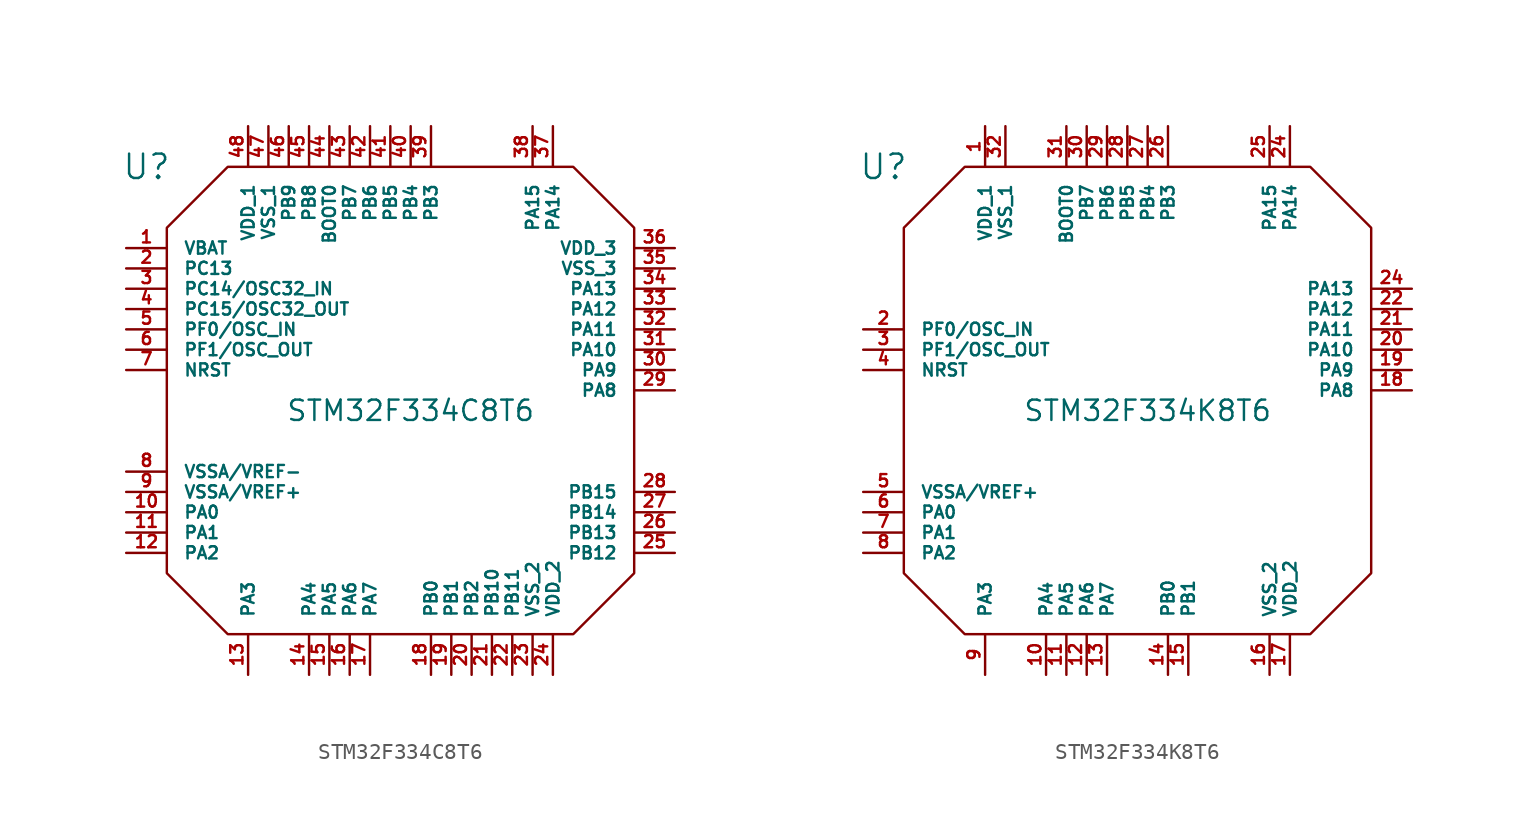
<source format=kicad_sym>
(kicad_symbol_lib
  (version 20220914)
  (generator kicad_symbol_editor)
  (symbol "STM32F334C8T6"
    (pin_names
      (offset 1.016))
    (property "Reference" "U"
      (at -16.51 15.24 0)
      (effects (font (size 1.524 1.524))))
    (property "Value" "STM32F334C8T6"
      (at 0 0 0)
      (effects (font (size 1.27 1.27))))
    (property "Footprint" ""
      (at 0 0 0)
      (effects (font (size 1.524 1.524))))
    (property "Datasheet" ""
      (at 0 0 0)
      (effects (font (size 1.524 1.524))))
    (symbol "STM32F334C8T6_0_1"
      (polyline (pts (xy -11.43 15.24) (xy -15.24 11.43) (xy -15.24 -10.16) (xy -11.43 -13.97) (xy 10.16 -13.97) (xy 13.97 -10.16) (xy 13.97 11.43) (xy 10.16 15.24) (xy -11.43 15.24)) (stroke (width 0) (type solid)) (fill (type none))))
    (symbol "STM32F334C8T6_1_1"
      (pin input line (at -17.78 10.16 0) (length 2.54) (name "VBAT" (effects (font (size 0.762 0.762)))) (number "1" (effects (font (size 0.762 0.762)))))
      (pin input line (at -17.78 -6.35 0) (length 2.54) (name "PA0" (effects (font (size 0.762 0.762)))) (number "10" (effects (font (size 0.762 0.762)))))
      (pin input line (at -17.78 -7.62 0) (length 2.54) (name "PA1" (effects (font (size 0.762 0.762)))) (number "11" (effects (font (size 0.762 0.762)))))
      (pin input line (at -17.78 -8.89 0) (length 2.54) (name "PA2" (effects (font (size 0.762 0.762)))) (number "12" (effects (font (size 0.762 0.762)))))
      (pin input line (at -10.16 -16.51 90) (length 2.54) (name "PA3" (effects (font (size 0.762 0.762)))) (number "13" (effects (font (size 0.762 0.762)))))
      (pin input line (at -6.35 -16.51 90) (length 2.54) (name "PA4" (effects (font (size 0.762 0.762)))) (number "14" (effects (font (size 0.762 0.762)))))
      (pin input line (at -5.08 -16.51 90) (length 2.54) (name "PA5" (effects (font (size 0.762 0.762)))) (number "15" (effects (font (size 0.762 0.762)))))
      (pin input line (at -3.81 -16.51 90) (length 2.54) (name "PA6" (effects (font (size 0.762 0.762)))) (number "16" (effects (font (size 0.762 0.762)))))
      (pin input line (at -2.54 -16.51 90) (length 2.54) (name "PA7" (effects (font (size 0.762 0.762)))) (number "17" (effects (font (size 0.762 0.762)))))
      (pin input line (at 1.27 -16.51 90) (length 2.54) (name "PB0" (effects (font (size 0.762 0.762)))) (number "18" (effects (font (size 0.762 0.762)))))
      (pin input line (at 2.54 -16.51 90) (length 2.54) (name "PB1" (effects (font (size 0.762 0.762)))) (number "19" (effects (font (size 0.762 0.762)))))
      (pin input line (at -17.78 8.89 0) (length 2.54) (name "PC13" (effects (font (size 0.762 0.762)))) (number "2" (effects (font (size 0.762 0.762)))))
      (pin input line (at 3.81 -16.51 90) (length 2.54) (name "PB2" (effects (font (size 0.762 0.762)))) (number "20" (effects (font (size 0.762 0.762)))))
      (pin input line (at 5.08 -16.51 90) (length 2.54) (name "PB10" (effects (font (size 0.762 0.762)))) (number "21" (effects (font (size 0.762 0.762)))))
      (pin input line (at 6.35 -16.51 90) (length 2.54) (name "PB11" (effects (font (size 0.762 0.762)))) (number "22" (effects (font (size 0.762 0.762)))))
      (pin input line (at 7.62 -16.51 90) (length 2.54) (name "VSS_2" (effects (font (size 0.762 0.762)))) (number "23" (effects (font (size 0.762 0.762)))))
      (pin input line (at 8.89 -16.51 90) (length 2.54) (name "VDD_2" (effects (font (size 0.762 0.762)))) (number "24" (effects (font (size 0.762 0.762)))))
      (pin input line (at 16.51 -8.89 180) (length 2.54) (name "PB12" (effects (font (size 0.762 0.762)))) (number "25" (effects (font (size 0.762 0.762)))))
      (pin input line (at 16.51 -7.62 180) (length 2.54) (name "PB13" (effects (font (size 0.762 0.762)))) (number "26" (effects (font (size 0.762 0.762)))))
      (pin input line (at 16.51 -6.35 180) (length 2.54) (name "PB14" (effects (font (size 0.762 0.762)))) (number "27" (effects (font (size 0.762 0.762)))))
      (pin input line (at 16.51 -5.08 180) (length 2.54) (name "PB15" (effects (font (size 0.762 0.762)))) (number "28" (effects (font (size 0.762 0.762)))))
      (pin input line (at 16.51 1.27 180) (length 2.54) (name "PA8" (effects (font (size 0.762 0.762)))) (number "29" (effects (font (size 0.762 0.762)))))
      (pin input line (at -17.78 7.62 0) (length 2.54) (name "PC14/OSC32_IN" (effects (font (size 0.762 0.762)))) (number "3" (effects (font (size 0.762 0.762)))))
      (pin input line (at 16.51 2.54 180) (length 2.54) (name "PA9" (effects (font (size 0.762 0.762)))) (number "30" (effects (font (size 0.762 0.762)))))
      (pin input line (at 16.51 3.81 180) (length 2.54) (name "PA10" (effects (font (size 0.762 0.762)))) (number "31" (effects (font (size 0.762 0.762)))))
      (pin input line (at 16.51 5.08 180) (length 2.54) (name "PA11" (effects (font (size 0.762 0.762)))) (number "32" (effects (font (size 0.762 0.762)))))
      (pin input line (at 16.51 6.35 180) (length 2.54) (name "PA12" (effects (font (size 0.762 0.762)))) (number "33" (effects (font (size 0.762 0.762)))))
      (pin input line (at 16.51 7.62 180) (length 2.54) (name "PA13" (effects (font (size 0.762 0.762)))) (number "34" (effects (font (size 0.762 0.762)))))
      (pin input line (at 16.51 8.89 180) (length 2.54) (name "VSS_3" (effects (font (size 0.762 0.762)))) (number "35" (effects (font (size 0.762 0.762)))))
      (pin input line (at 16.51 10.16 180) (length 2.54) (name "VDD_3" (effects (font (size 0.762 0.762)))) (number "36" (effects (font (size 0.762 0.762)))))
      (pin input line (at 8.89 17.78 270) (length 2.54) (name "PA14" (effects (font (size 0.762 0.762)))) (number "37" (effects (font (size 0.762 0.762)))))
      (pin input line (at 7.62 17.78 270) (length 2.54) (name "PA15" (effects (font (size 0.762 0.762)))) (number "38" (effects (font (size 0.762 0.762)))))
      (pin input line (at 1.27 17.78 270) (length 2.54) (name "PB3" (effects (font (size 0.762 0.762)))) (number "39" (effects (font (size 0.762 0.762)))))
      (pin input line (at -17.78 6.35 0) (length 2.54) (name "PC15/OSC32_OUT" (effects (font (size 0.762 0.762)))) (number "4" (effects (font (size 0.762 0.762)))))
      (pin input line (at 0 17.78 270) (length 2.54) (name "PB4" (effects (font (size 0.762 0.762)))) (number "40" (effects (font (size 0.762 0.762)))))
      (pin input line (at -1.27 17.78 270) (length 2.54) (name "PB5" (effects (font (size 0.762 0.762)))) (number "41" (effects (font (size 0.762 0.762)))))
      (pin input line (at -2.54 17.78 270) (length 2.54) (name "PB6" (effects (font (size 0.762 0.762)))) (number "42" (effects (font (size 0.762 0.762)))))
      (pin input line (at -3.81 17.78 270) (length 2.54) (name "PB7" (effects (font (size 0.762 0.762)))) (number "43" (effects (font (size 0.762 0.762)))))
      (pin input line (at -5.08 17.78 270) (length 2.54) (name "BOOT0" (effects (font (size 0.762 0.762)))) (number "44" (effects (font (size 0.762 0.762)))))
      (pin input line (at -6.35 17.78 270) (length 2.54) (name "PB8" (effects (font (size 0.762 0.762)))) (number "45" (effects (font (size 0.762 0.762)))))
      (pin input line (at -7.62 17.78 270) (length 2.54) (name "PB9" (effects (font (size 0.762 0.762)))) (number "46" (effects (font (size 0.762 0.762)))))
      (pin input line (at -8.89 17.78 270) (length 2.54) (name "VSS_1" (effects (font (size 0.762 0.762)))) (number "47" (effects (font (size 0.762 0.762)))))
      (pin input line (at -10.16 17.78 270) (length 2.54) (name "VDD_1" (effects (font (size 0.762 0.762)))) (number "48" (effects (font (size 0.762 0.762)))))
      (pin input line (at -17.78 5.08 0) (length 2.54) (name "PF0/OSC_IN" (effects (font (size 0.762 0.762)))) (number "5" (effects (font (size 0.762 0.762)))))
      (pin input line (at -17.78 3.81 0) (length 2.54) (name "PF1/OSC_OUT" (effects (font (size 0.762 0.762)))) (number "6" (effects (font (size 0.762 0.762)))))
      (pin input line (at -17.78 2.54 0) (length 2.54) (name "NRST" (effects (font (size 0.762 0.762)))) (number "7" (effects (font (size 0.762 0.762)))))
      (pin input line (at -17.78 -3.81 0) (length 2.54) (name "VSSA/VREF-" (effects (font (size 0.762 0.762)))) (number "8" (effects (font (size 0.762 0.762)))))
      (pin input line (at -17.78 -5.08 0) (length 2.54) (name "VSSA/VREF+" (effects (font (size 0.762 0.762)))) (number "9" (effects (font (size 0.762 0.762)))))))
  (symbol "STM32F334K8T6"
    (pin_names
      (offset 1.016))
    (property "Reference" "U"
      (at -16.51 15.24 0)
      (effects (font (size 1.524 1.524))))
    (property "Value" "STM32F334K8T6"
      (at 0 0 0)
      (effects (font (size 1.27 1.27))))
    (property "Footprint" ""
      (at 0 0 0)
      (effects (font (size 1.524 1.524))))
    (property "Datasheet" ""
      (at 0 0 0)
      (effects (font (size 1.524 1.524))))
    (symbol "STM32F334K8T6_0_1"
      (polyline (pts (xy -11.43 15.24) (xy -15.24 11.43) (xy -15.24 -10.16) (xy -11.43 -13.97) (xy 10.16 -13.97) (xy 13.97 -10.16) (xy 13.97 11.43) (xy 10.16 15.24) (xy -11.43 15.24)) (stroke (width 0) (type solid)) (fill (type none))))
    (symbol "STM32F334K8T6_1_1"
      (pin input line (at -10.16 17.78 270) (length 2.54) (name "VDD_1" (effects (font (size 0.762 0.762)))) (number "1" (effects (font (size 0.762 0.762)))))
      (pin input line (at -6.35 -16.51 90) (length 2.54) (name "PA4" (effects (font (size 0.762 0.762)))) (number "10" (effects (font (size 0.762 0.762)))))
      (pin input line (at -5.08 -16.51 90) (length 2.54) (name "PA5" (effects (font (size 0.762 0.762)))) (number "11" (effects (font (size 0.762 0.762)))))
      (pin input line (at -3.81 -16.51 90) (length 2.54) (name "PA6" (effects (font (size 0.762 0.762)))) (number "12" (effects (font (size 0.762 0.762)))))
      (pin input line (at -2.54 -16.51 90) (length 2.54) (name "PA7" (effects (font (size 0.762 0.762)))) (number "13" (effects (font (size 0.762 0.762)))))
      (pin input line (at 1.27 -16.51 90) (length 2.54) (name "PB0" (effects (font (size 0.762 0.762)))) (number "14" (effects (font (size 0.762 0.762)))))
      (pin input line (at 2.54 -16.51 90) (length 2.54) (name "PB1" (effects (font (size 0.762 0.762)))) (number "15" (effects (font (size 0.762 0.762)))))
      (pin input line (at 7.62 -16.51 90) (length 2.54) (name "VSS_2" (effects (font (size 0.762 0.762)))) (number "16" (effects (font (size 0.762 0.762)))))
      (pin input line (at 8.89 -16.51 90) (length 2.54) (name "VDD_2" (effects (font (size 0.762 0.762)))) (number "17" (effects (font (size 0.762 0.762)))))
      (pin input line (at 16.51 1.27 180) (length 2.54) (name "PA8" (effects (font (size 0.762 0.762)))) (number "18" (effects (font (size 0.762 0.762)))))
      (pin input line (at 16.51 2.54 180) (length 2.54) (name "PA9" (effects (font (size 0.762 0.762)))) (number "19" (effects (font (size 0.762 0.762)))))
      (pin input line (at -17.78 5.08 0) (length 2.54) (name "PF0/OSC_IN" (effects (font (size 0.762 0.762)))) (number "2" (effects (font (size 0.762 0.762)))))
      (pin input line (at 16.51 3.81 180) (length 2.54) (name "PA10" (effects (font (size 0.762 0.762)))) (number "20" (effects (font (size 0.762 0.762)))))
      (pin input line (at 16.51 5.08 180) (length 2.54) (name "PA11" (effects (font (size 0.762 0.762)))) (number "21" (effects (font (size 0.762 0.762)))))
      (pin input line (at 16.51 6.35 180) (length 2.54) (name "PA12" (effects (font (size 0.762 0.762)))) (number "22" (effects (font (size 0.762 0.762)))))
      (pin input line (at 16.51 7.62 180) (length 2.54) (name "PA13" (effects (font (size 0.762 0.762)))) (number "24" (effects (font (size 0.762 0.762)))))
      (pin input line (at 8.89 17.78 270) (length 2.54) (name "PA14" (effects (font (size 0.762 0.762)))) (number "24" (effects (font (size 0.762 0.762)))))
      (pin input line (at 7.62 17.78 270) (length 2.54) (name "PA15" (effects (font (size 0.762 0.762)))) (number "25" (effects (font (size 0.762 0.762)))))
      (pin input line (at 1.27 17.78 270) (length 2.54) (name "PB3" (effects (font (size 0.762 0.762)))) (number "26" (effects (font (size 0.762 0.762)))))
      (pin input line (at 0 17.78 270) (length 2.54) (name "PB4" (effects (font (size 0.762 0.762)))) (number "27" (effects (font (size 0.762 0.762)))))
      (pin input line (at -1.27 17.78 270) (length 2.54) (name "PB5" (effects (font (size 0.762 0.762)))) (number "28" (effects (font (size 0.762 0.762)))))
      (pin input line (at -2.54 17.78 270) (length 2.54) (name "PB6" (effects (font (size 0.762 0.762)))) (number "29" (effects (font (size 0.762 0.762)))))
      (pin input line (at -17.78 3.81 0) (length 2.54) (name "PF1/OSC_OUT" (effects (font (size 0.762 0.762)))) (number "3" (effects (font (size 0.762 0.762)))))
      (pin input line (at -3.81 17.78 270) (length 2.54) (name "PB7" (effects (font (size 0.762 0.762)))) (number "30" (effects (font (size 0.762 0.762)))))
      (pin input line (at -5.08 17.78 270) (length 2.54) (name "BOOT0" (effects (font (size 0.762 0.762)))) (number "31" (effects (font (size 0.762 0.762)))))
      (pin input line (at -8.89 17.78 270) (length 2.54) (name "VSS_1" (effects (font (size 0.762 0.762)))) (number "32" (effects (font (size 0.762 0.762)))))
      (pin input line (at -17.78 2.54 0) (length 2.54) (name "NRST" (effects (font (size 0.762 0.762)))) (number "4" (effects (font (size 0.762 0.762)))))
      (pin input line (at -17.78 -5.08 0) (length 2.54) (name "VSSA/VREF+" (effects (font (size 0.762 0.762)))) (number "5" (effects (font (size 0.762 0.762)))))
      (pin input line (at -17.78 -6.35 0) (length 2.54) (name "PA0" (effects (font (size 0.762 0.762)))) (number "6" (effects (font (size 0.762 0.762)))))
      (pin input line (at -17.78 -7.62 0) (length 2.54) (name "PA1" (effects (font (size 0.762 0.762)))) (number "7" (effects (font (size 0.762 0.762)))))
      (pin input line (at -17.78 -8.89 0) (length 2.54) (name "PA2" (effects (font (size 0.762 0.762)))) (number "8" (effects (font (size 0.762 0.762)))))
      (pin input line (at -10.16 -16.51 90) (length 2.54) (name "PA3" (effects (font (size 0.762 0.762)))) (number "9" (effects (font (size 0.762 0.762))))))))
</source>
